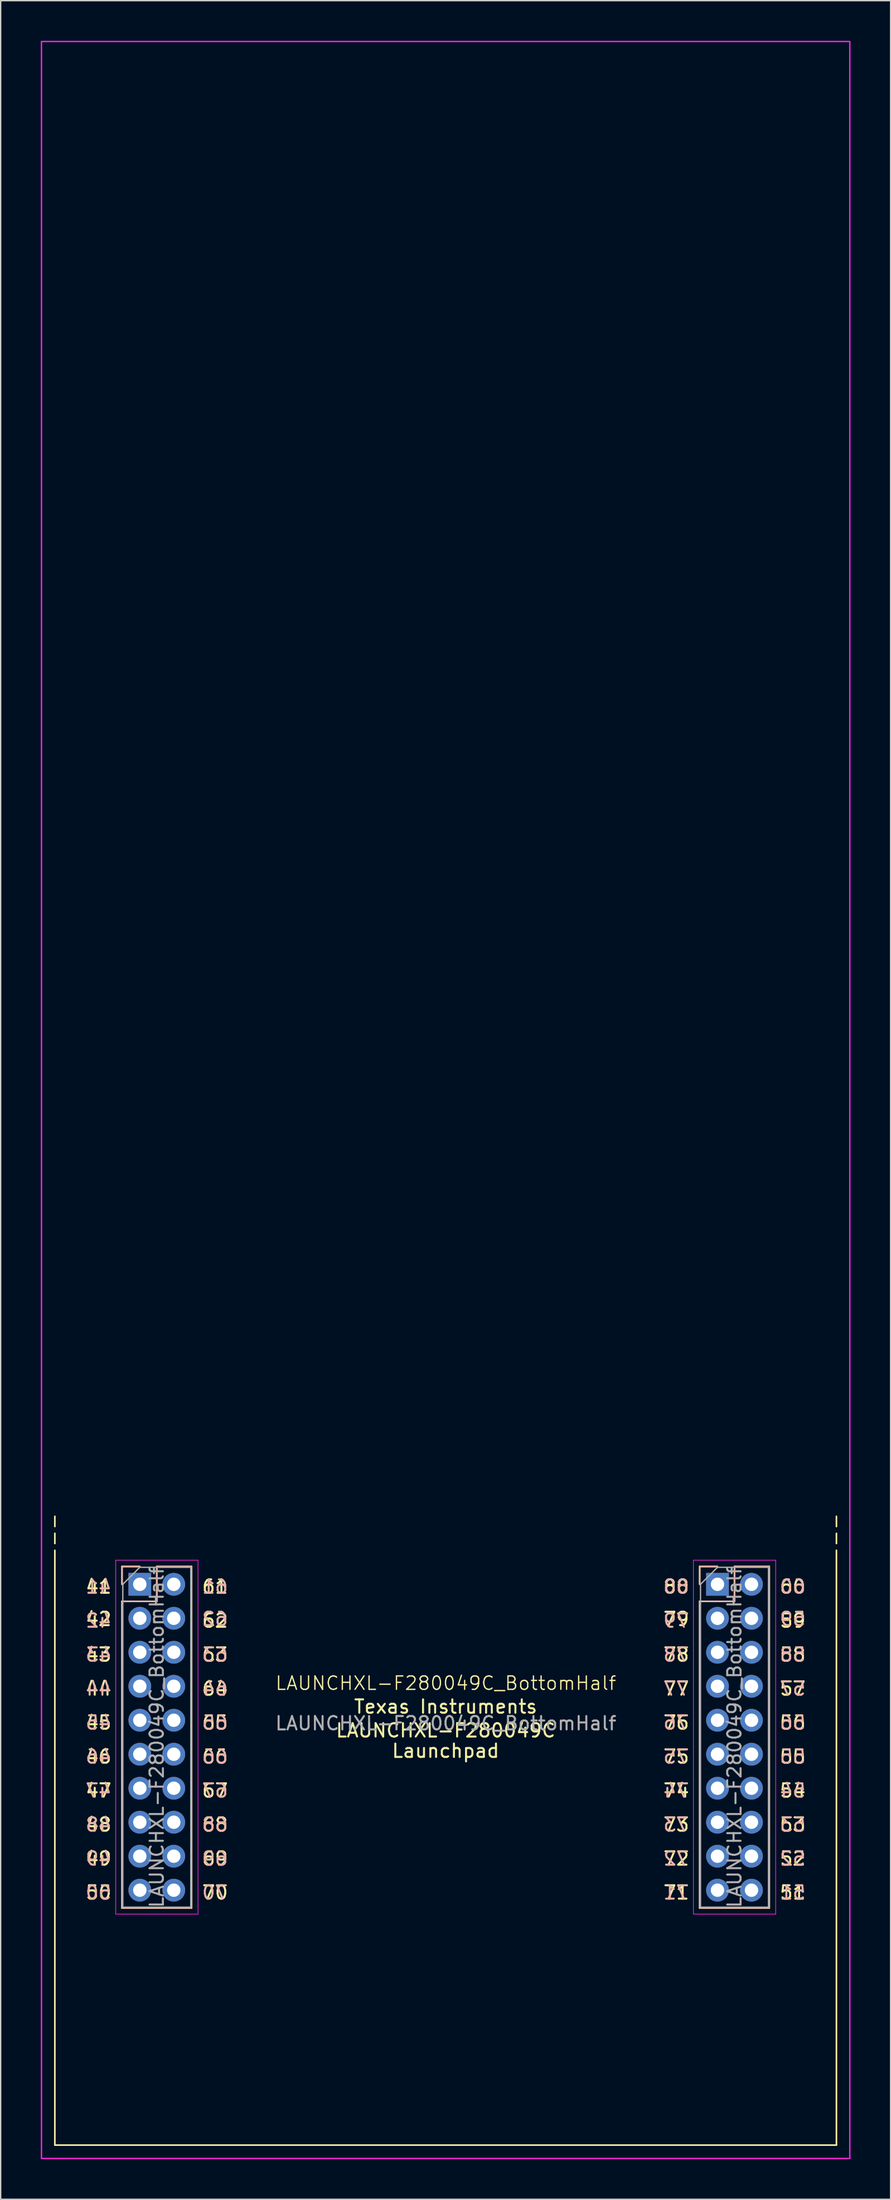
<source format=kicad_pcb>
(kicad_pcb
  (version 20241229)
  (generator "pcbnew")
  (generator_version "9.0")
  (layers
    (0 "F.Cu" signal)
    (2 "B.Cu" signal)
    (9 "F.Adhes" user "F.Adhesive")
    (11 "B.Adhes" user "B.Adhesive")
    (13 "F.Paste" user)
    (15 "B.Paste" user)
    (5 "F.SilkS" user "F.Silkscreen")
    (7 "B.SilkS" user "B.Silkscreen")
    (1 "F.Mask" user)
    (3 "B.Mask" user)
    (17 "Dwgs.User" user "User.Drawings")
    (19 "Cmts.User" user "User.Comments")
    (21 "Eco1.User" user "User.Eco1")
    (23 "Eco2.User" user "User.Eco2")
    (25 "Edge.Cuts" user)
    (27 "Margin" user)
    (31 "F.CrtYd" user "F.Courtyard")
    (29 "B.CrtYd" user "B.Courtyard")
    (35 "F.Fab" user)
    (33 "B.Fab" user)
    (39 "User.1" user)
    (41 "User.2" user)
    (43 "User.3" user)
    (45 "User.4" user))
  (footprint "LAUNCHXL-F280049C_BottomHalf"
    (layer "F.Cu")
    (at 30.26 126.78)
    (property "Reference" "LAUNCHXL-F280049C_BottomHalf" (at 0.015 -4.04 0) (unlocked yes) (layer "F.SilkS") (effects (font (size 1 1) (thickness 0.1))))
    (attr through_hole)
    (fp_line (start -29.21 -15.748) (end -29.21 -16.51) (stroke (width 0.12) (type default)) (layer "F.SilkS"))
    (fp_line (start -29.21 -14.478) (end -29.21 -15.24) (stroke (width 0.12) (type default)) (layer "F.SilkS"))
    (fp_line (start -29.21 -13.97) (end -29.21 30.48) (stroke (width 0.12) (type default)) (layer "F.SilkS"))
    (fp_line (start -29.21 30.48) (end 29.21 30.48) (stroke (width 0.12) (type default)) (layer "F.SilkS"))
    (fp_line (start -24.19 -12.76) (end -22.86 -12.76) (stroke (width 0.12) (type solid)) (layer "F.SilkS"))
    (fp_line (start -24.19 -11.43) (end -24.19 -12.76) (stroke (width 0.12) (type solid)) (layer "F.SilkS"))
    (fp_line (start -24.19 -10.16) (end -24.19 12.76) (stroke (width 0.12) (type solid)) (layer "F.SilkS"))
    (fp_line (start -24.19 -10.16) (end -21.59 -10.16) (stroke (width 0.12) (type solid)) (layer "F.SilkS"))
    (fp_line (start -24.19 12.76) (end -18.99 12.76) (stroke (width 0.12) (type solid)) (layer "F.SilkS"))
    (fp_line (start -21.59 -12.76) (end -18.99 -12.76) (stroke (width 0.12) (type solid)) (layer "F.SilkS"))
    (fp_line (start -21.59 -10.16) (end -21.59 -12.76) (stroke (width 0.12) (type solid)) (layer "F.SilkS"))
    (fp_line (start -18.99 -12.76) (end -18.99 12.76) (stroke (width 0.12) (type solid)) (layer "F.SilkS"))
    (fp_line (start 18.99 -12.76) (end 20.32 -12.76) (stroke (width 0.12) (type solid)) (layer "F.SilkS"))
    (fp_line (start 18.99 -11.43) (end 18.99 -12.76) (stroke (width 0.12) (type solid)) (layer "F.SilkS"))
    (fp_line (start 18.99 -10.16) (end 18.99 12.76) (stroke (width 0.12) (type solid)) (layer "F.SilkS"))
    (fp_line (start 18.99 -10.16) (end 21.59 -10.16) (stroke (width 0.12) (type solid)) (layer "F.SilkS"))
    (fp_line (start 18.99 12.76) (end 24.19 12.76) (stroke (width 0.12) (type solid)) (layer "F.SilkS"))
    (fp_line (start 21.59 -12.76) (end 24.19 -12.76) (stroke (width 0.12) (type solid)) (layer "F.SilkS"))
    (fp_line (start 21.59 -10.16) (end 21.59 -12.76) (stroke (width 0.12) (type solid)) (layer "F.SilkS"))
    (fp_line (start 24.19 -12.76) (end 24.19 12.76) (stroke (width 0.12) (type solid)) (layer "F.SilkS"))
    (fp_line (start 29.21 -15.748) (end 29.21 -16.51) (stroke (width 0.12) (type default)) (layer "F.SilkS"))
    (fp_line (start 29.21 -14.478) (end 29.21 -15.24) (stroke (width 0.12) (type default)) (layer "F.SilkS"))
    (fp_line (start 29.21 -13.97) (end 29.21 30.48) (stroke (width 0.12) (type default)) (layer "F.SilkS"))
    (fp_line (start -24.19 -12.76) (end -24.19 -11.43) (stroke (width 0.12) (type solid)) (layer "B.SilkS"))
    (fp_line (start -24.19 12.76) (end -24.19 -10.16) (stroke (width 0.12) (type solid)) (layer "B.SilkS"))
    (fp_line (start -22.86 -12.76) (end -24.19 -12.76) (stroke (width 0.12) (type solid)) (layer "B.SilkS"))
    (fp_line (start -21.59 -12.76) (end -21.59 -10.16) (stroke (width 0.12) (type solid)) (layer "B.SilkS"))
    (fp_line (start -21.59 -10.16) (end -24.19 -10.16) (stroke (width 0.12) (type solid)) (layer "B.SilkS"))
    (fp_line (start -18.99 -12.76) (end -21.59 -12.76) (stroke (width 0.12) (type solid)) (layer "B.SilkS"))
    (fp_line (start -18.99 12.76) (end -24.19 12.76) (stroke (width 0.12) (type solid)) (layer "B.SilkS"))
    (fp_line (start -18.99 12.76) (end -18.99 -12.76) (stroke (width 0.12) (type solid)) (layer "B.SilkS"))
    (fp_line (start 18.99 -12.76) (end 18.99 -11.43) (stroke (width 0.12) (type solid)) (layer "B.SilkS"))
    (fp_line (start 18.99 12.76) (end 18.99 -10.16) (stroke (width 0.12) (type solid)) (layer "B.SilkS"))
    (fp_line (start 20.32 -12.76) (end 18.99 -12.76) (stroke (width 0.12) (type solid)) (layer "B.SilkS"))
    (fp_line (start 21.59 -12.76) (end 21.59 -10.16) (stroke (width 0.12) (type solid)) (layer "B.SilkS"))
    (fp_line (start 21.59 -10.16) (end 18.99 -10.16) (stroke (width 0.12) (type solid)) (layer "B.SilkS"))
    (fp_line (start 24.19 -12.76) (end 21.59 -12.76) (stroke (width 0.12) (type solid)) (layer "B.SilkS"))
    (fp_line (start 24.19 12.76) (end 18.99 12.76) (stroke (width 0.12) (type solid)) (layer "B.SilkS"))
    (fp_line (start 24.19 12.76) (end 24.19 -12.76) (stroke (width 0.12) (type solid)) (layer "B.SilkS"))
    (fp_line (start -24.66 -13.23) (end -24.66 13.22) (stroke (width 0.05) (type solid)) (layer "F.CrtYd"))
    (fp_line (start -24.66 13.22) (end -18.51 13.22) (stroke (width 0.05) (type solid)) (layer "F.CrtYd"))
    (fp_line (start -18.51 -13.23) (end -24.66 -13.23) (stroke (width 0.05) (type solid)) (layer "F.CrtYd"))
    (fp_line (start -18.51 13.22) (end -18.51 -13.23) (stroke (width 0.05) (type solid)) (layer "F.CrtYd"))
    (fp_line (start 18.52 -13.23) (end 18.52 13.22) (stroke (width 0.05) (type solid)) (layer "F.CrtYd"))
    (fp_line (start 18.52 13.22) (end 24.67 13.22) (stroke (width 0.05) (type solid)) (layer "F.CrtYd"))
    (fp_line (start 24.67 -13.23) (end 18.52 -13.23) (stroke (width 0.05) (type solid)) (layer "F.CrtYd"))
    (fp_line (start 24.67 13.22) (end 24.67 -13.23) (stroke (width 0.05) (type solid)) (layer "F.CrtYd"))
    (fp_rect (start -30.21 31.48) (end 30.21 -126.73) (stroke (width 0.1) (type solid)) (fill no) (layer "F.CrtYd"))
    (fp_line (start -24.13 -11.43) (end -22.86 -12.7) (stroke (width 0.1) (type solid)) (layer "F.Fab"))
    (fp_line (start -24.13 12.7) (end -24.13 -11.43) (stroke (width 0.1) (type solid)) (layer "F.Fab"))
    (fp_line (start -22.86 -12.7) (end -19.05 -12.7) (stroke (width 0.1) (type solid)) (layer "F.Fab"))
    (fp_line (start -19.05 -12.7) (end -19.05 12.7) (stroke (width 0.1) (type solid)) (layer "F.Fab"))
    (fp_line (start -19.05 12.7) (end -24.13 12.7) (stroke (width 0.1) (type solid)) (layer "F.Fab"))
    (fp_line (start 19.05 -11.43) (end 20.32 -12.7) (stroke (width 0.1) (type solid)) (layer "F.Fab"))
    (fp_line (start 19.05 12.7) (end 19.05 -11.43) (stroke (width 0.1) (type solid)) (layer "F.Fab"))
    (fp_line (start 20.32 -12.7) (end 24.13 -12.7) (stroke (width 0.1) (type solid)) (layer "F.Fab"))
    (fp_line (start 24.13 -12.7) (end 24.13 12.7) (stroke (width 0.1) (type solid)) (layer "F.Fab"))
    (fp_line (start 24.13 12.7) (end 19.05 12.7) (stroke (width 0.1) (type solid)) (layer "F.Fab"))
    (fp_text user "62" (at -18.288 -8.128 0) (unlocked yes) (layer "F.SilkS") (effects (font (size 1 1) (thickness 0.15)) (justify left bottom)))
    (fp_text user "45" (at -24.892 -0.508 0) (unlocked yes) (layer "F.SilkS") (effects (font (size 1 1) (thickness 0.15)) (justify right bottom)))
    (fp_text user "49" (at -24.892 9.652 0) (unlocked yes) (layer "F.SilkS") (effects (font (size 1 1) (thickness 0.15)) (justify right bottom)))
    (fp_text user "47" (at -24.892 4.572 0) (unlocked yes) (layer "F.SilkS") (effects (font (size 1 1) (thickness 0.15)) (justify right bottom)))
    (fp_text user "78" (at 18.288 -5.588 0) (unlocked yes) (layer "F.SilkS") (effects (font (size 1 1) (thickness 0.15)) (justify right bottom)))
    (fp_text user "55" (at 24.892 2.032 0) (unlocked yes) (layer "F.SilkS") (effects (font (size 1 1) (thickness 0.15)) (justify left bottom)))
    (fp_text user "44" (at -24.892 -3.048 0) (unlocked yes) (layer "F.SilkS") (effects (font (size 1 1) (thickness 0.15)) (justify right bottom)))
    (fp_text user "57" (at 24.892 -3.048 0) (unlocked yes) (layer "F.SilkS") (effects (font (size 1 1) (thickness 0.15)) (justify left bottom)))
    (fp_text user "80" (at 18.288 -10.668 0) (unlocked yes) (layer "F.SilkS") (effects (font (size 1 1) (thickness 0.15)) (justify right bottom)))
    (fp_text user "60" (at 24.892 -10.668 0) (unlocked yes) (layer "F.SilkS") (effects (font (size 1 1) (thickness 0.15)) (justify left bottom)))
    (fp_text user "41" (at -24.892 -10.668 0) (unlocked yes) (layer "F.SilkS") (effects (font (size 1 1) (thickness 0.15)) (justify right bottom)))
    (fp_text user "76" (at 18.288 -0.508 0) (unlocked yes) (layer "F.SilkS") (effects (font (size 1 1) (thickness 0.15)) (justify right bottom)))
    (fp_text user "61" (at -18.288 -10.668 0) (unlocked yes) (layer "F.SilkS") (effects (font (size 1 1) (thickness 0.15)) (justify left bottom)))
    (fp_text user "43" (at -24.892 -5.588 0) (unlocked yes) (layer "F.SilkS") (effects (font (size 1 1) (thickness 0.15)) (justify right bottom)))
    (fp_text user "Texas Instruments" (at 0 -2.286 0) (unlocked yes) (layer "F.SilkS") (effects (font (size 1 1) (thickness 0.15))))
    (fp_text user "53" (at 24.892 7.112 0) (unlocked yes) (layer "F.SilkS") (effects (font (size 1 1) (thickness 0.15)) (justify left bottom)))
    (fp_text user "52" (at 24.892 9.652 0) (unlocked yes) (layer "F.SilkS") (effects (font (size 1 1) (thickness 0.15)) (justify left bottom)))
    (fp_text user "42" (at -24.892 -8.25 0) (unlocked yes) (layer "F.SilkS") (effects (font (size 1 1) (thickness 0.15)) (justify right bottom)))
    (fp_text user "63" (at -18.288 -5.588 0) (unlocked yes) (layer "F.SilkS") (effects (font (size 1 1) (thickness 0.15)) (justify left bottom)))
    (fp_text user "Launchpad" (at 0 1.016 0) (unlocked yes) (layer "F.SilkS") (effects (font (size 1 1) (thickness 0.15))))
    (fp_text user "66" (at -18.288 2.032 0) (unlocked yes) (layer "F.SilkS") (effects (font (size 1 1) (thickness 0.15)) (justify left bottom)))
    (fp_text user "71" (at 18.288 12.192 0) (unlocked yes) (layer "F.SilkS") (effects (font (size 1 1) (thickness 0.15)) (justify right bottom)))
    (fp_text user "65" (at -18.288 -0.508 0) (unlocked yes) (layer "F.SilkS") (effects (font (size 1 1) (thickness 0.15)) (justify left bottom)))
    (fp_text user "64" (at -18.288 -3.048 0) (unlocked yes) (layer "F.SilkS") (effects (font (size 1 1) (thickness 0.15)) (justify left bottom)))
    (fp_text user "73" (at 18.288 7.112 0) (unlocked yes) (layer "F.SilkS") (effects (font (size 1 1) (thickness 0.15)) (justify right bottom)))
    (fp_text user "58" (at 24.892 -5.588 0) (unlocked yes) (layer "F.SilkS") (effects (font (size 1 1) (thickness 0.15)) (justify left bottom)))
    (fp_text user "70" (at -18.288 12.192 0) (unlocked yes) (layer "F.SilkS") (effects (font (size 1 1) (thickness 0.15)) (justify left bottom)))
    (fp_text user "46" (at -24.892 2.032 0) (unlocked yes) (layer "F.SilkS") (effects (font (size 1 1) (thickness 0.15)) (justify right bottom)))
    (fp_text user "74" (at 18.288 4.572 0) (unlocked yes) (layer "F.SilkS") (effects (font (size 1 1) (thickness 0.15)) (justify right bottom)))
    (fp_text user "72" (at 18.288 9.652 0) (unlocked yes) (layer "F.SilkS") (effects (font (size 1 1) (thickness 0.15)) (justify right bottom)))
    (fp_text user "50" (at -24.892 12.192 0) (unlocked yes) (layer "F.SilkS") (effects (font (size 1 1) (thickness 0.15)) (justify right bottom)))
    (fp_text user "48" (at -24.892 7.112 0) (unlocked yes) (layer "F.SilkS") (effects (font (size 1 1) (thickness 0.15)) (justify right bottom)))
    (fp_text user "69" (at -18.288 9.652 0) (unlocked yes) (layer "F.SilkS") (effects (font (size 1 1) (thickness 0.15)) (justify left bottom)))
    (fp_text user "LAUNCHXL-F280049C" (at 0 -0.508 0) (unlocked yes) (layer "F.SilkS") (effects (font (size 1 1) (thickness 0.15))))
    (fp_text user "79" (at 18.288 -8.25 0) (unlocked yes) (layer "F.SilkS") (effects (font (size 1 1) (thickness 0.15)) (justify right bottom)))
    (fp_text user "56" (at 24.892 -0.508 0) (unlocked yes) (layer "F.SilkS") (effects (font (size 1 1) (thickness 0.15)) (justify left bottom)))
    (fp_text user "59" (at 24.892 -8.128 0) (unlocked yes) (layer "F.SilkS") (effects (font (size 1 1) (thickness 0.15)) (justify left bottom)))
    (fp_text user "77" (at 18.288 -3.048 0) (unlocked yes) (layer "F.SilkS") (effects (font (size 1 1) (thickness 0.15)) (justify right bottom)))
    (fp_text user "68" (at -18.288 7.112 0) (unlocked yes) (layer "F.SilkS") (effects (font (size 1 1) (thickness 0.15)) (justify left bottom)))
    (fp_text user "51" (at 24.892 12.192 0) (unlocked yes) (layer "F.SilkS") (effects (font (size 1 1) (thickness 0.15)) (justify left bottom)))
    (fp_text user "75" (at 18.288 2.032 0) (unlocked yes) (layer "F.SilkS") (effects (font (size 1 1) (thickness 0.15)) (justify right bottom)))
    (fp_text user "54" (at 24.892 4.572 0) (unlocked yes) (layer "F.SilkS") (effects (font (size 1 1) (thickness 0.15)) (justify left bottom)))
    (fp_text user "67" (at -18.288 4.572 0) (unlocked yes) (layer "F.SilkS") (effects (font (size 1 1) (thickness 0.15)) (justify left bottom)))
    (fp_text user "74" (at 18.288 4.572 0) (unlocked yes) (layer "B.SilkS") (effects (font (size 1 1) (thickness 0.15)) (justify left bottom mirror)))
    (fp_text user "46" (at -24.892 2.032 0) (unlocked yes) (layer "B.SilkS") (effects (font (size 1 1) (thickness 0.15)) (justify left bottom mirror)))
    (fp_text user "79" (at 18.288 -8.128 0) (unlocked yes) (layer "B.SilkS") (effects (font (size 1 1) (thickness 0.15)) (justify left bottom mirror)))
    (fp_text user "61" (at -18.288 -10.668 0) (unlocked yes) (layer "B.SilkS") (effects (font (size 1 1) (thickness 0.15)) (justify right bottom mirror)))
    (fp_text user "53" (at 24.892 7.112 0) (unlocked yes) (layer "B.SilkS") (effects (font (size 1 1) (thickness 0.15)) (justify right bottom mirror)))
    (fp_text user "66" (at -18.288 2.032 0) (unlocked yes) (layer "B.SilkS") (effects (font (size 1 1) (thickness 0.15)) (justify right bottom mirror)))
    (fp_text user "56" (at 24.892 -0.508 0) (unlocked yes) (layer "B.SilkS") (effects (font (size 1 1) (thickness 0.15)) (justify right bottom mirror)))
    (fp_text user "52" (at 24.892 9.652 0) (unlocked yes) (layer "B.SilkS") (effects (font (size 1 1) (thickness 0.15)) (justify right bottom mirror)))
    (fp_text user "47" (at -24.892 4.572 0) (unlocked yes) (layer "B.SilkS") (effects (font (size 1 1) (thickness 0.15)) (justify left bottom mirror)))
    (fp_text user "75" (at 18.288 2.032 0) (unlocked yes) (layer "B.SilkS") (effects (font (size 1 1) (thickness 0.15)) (justify left bottom mirror)))
    (fp_text user "63" (at -18.288 -5.588 0) (unlocked yes) (layer "B.SilkS") (effects (font (size 1 1) (thickness 0.15)) (justify right bottom mirror)))
    (fp_text user "77" (at 18.288 -3.048 0) (unlocked yes) (layer "B.SilkS") (effects (font (size 1 1) (thickness 0.15)) (justify left bottom mirror)))
    (fp_text user "60" (at 24.892 -10.668 0) (unlocked yes) (layer "B.SilkS") (effects (font (size 1 1) (thickness 0.15)) (justify right bottom mirror)))
    (fp_text user "71" (at 18.288 12.192 0) (unlocked yes) (layer "B.SilkS") (effects (font (size 1 1) (thickness 0.15)) (justify left bottom mirror)))
    (fp_text user "67" (at -18.288 4.572 0) (unlocked yes) (layer "B.SilkS") (effects (font (size 1 1) (thickness 0.15)) (justify right bottom mirror)))
    (fp_text user "59" (at 24.892 -8.25 0) (unlocked yes) (layer "B.SilkS") (effects (font (size 1 1) (thickness 0.15)) (justify right bottom mirror)))
    (fp_text user "43" (at -24.892 -5.588 0) (unlocked yes) (layer "B.SilkS") (effects (font (size 1 1) (thickness 0.15)) (justify left bottom mirror)))
    (fp_text user "57" (at 24.892 -3.048 0) (unlocked yes) (layer "B.SilkS") (effects (font (size 1 1) (thickness 0.15)) (justify right bottom mirror)))
    (fp_text user "76" (at 18.288 -0.508 0) (unlocked yes) (layer "B.SilkS") (effects (font (size 1 1) (thickness 0.15)) (justify left bottom mirror)))
    (fp_text user "49" (at -24.892 9.652 0) (unlocked yes) (layer "B.SilkS") (effects (font (size 1 1) (thickness 0.15)) (justify left bottom mirror)))
    (fp_text user "78" (at 18.288 -5.588 0) (unlocked yes) (layer "B.SilkS") (effects (font (size 1 1) (thickness 0.15)) (justify left bottom mirror)))
    (fp_text user "48" (at -24.892 7.112 0) (unlocked yes) (layer "B.SilkS") (effects (font (size 1 1) (thickness 0.15)) (justify left bottom mirror)))
    (fp_text user "51" (at 24.892 12.192 0) (unlocked yes) (layer "B.SilkS") (effects (font (size 1 1) (thickness 0.15)) (justify right bottom mirror)))
    (fp_text user "80" (at 18.288 -10.668 0) (unlocked yes) (layer "B.SilkS") (effects (font (size 1 1) (thickness 0.15)) (justify left bottom mirror)))
    (fp_text user "65" (at -18.288 -0.508 0) (unlocked yes) (layer "B.SilkS") (effects (font (size 1 1) (thickness 0.15)) (justify right bottom mirror)))
    (fp_text user "45" (at -24.892 -0.508 0) (unlocked yes) (layer "B.SilkS") (effects (font (size 1 1) (thickness 0.15)) (justify left bottom mirror)))
    (fp_text user "50" (at -24.892 12.192 0) (unlocked yes) (layer "B.SilkS") (effects (font (size 1 1) (thickness 0.15)) (justify left bottom mirror)))
    (fp_text user "69" (at -18.288 9.652 0) (unlocked yes) (layer "B.SilkS") (effects (font (size 1 1) (thickness 0.15)) (justify right bottom mirror)))
    (fp_text user "41" (at -24.892 -10.668 0) (unlocked yes) (layer "B.SilkS") (effects (font (size 1 1) (thickness 0.15)) (justify left bottom mirror)))
    (fp_text user "58" (at 24.892 -5.588 0) (unlocked yes) (layer "B.SilkS") (effects (font (size 1 1) (thickness 0.15)) (justify right bottom mirror)))
    (fp_text user "62" (at -18.288 -8.25 0) (unlocked yes) (layer "B.SilkS") (effects (font (size 1 1) (thickness 0.15)) (justify right bottom mirror)))
    (fp_text user "42" (at -24.892 -8.128 0) (unlocked yes) (layer "B.SilkS") (effects (font (size 1 1) (thickness 0.15)) (justify left bottom mirror)))
    (fp_text user "70" (at -18.288 12.192 0) (unlocked yes) (layer "B.SilkS") (effects (font (size 1 1) (thickness 0.15)) (justify right bottom mirror)))
    (fp_text user "55" (at 24.892 2.032 0) (unlocked yes) (layer "B.SilkS") (effects (font (size 1 1) (thickness 0.15)) (justify right bottom mirror)))
    (fp_text user "73" (at 18.288 7.112 0) (unlocked yes) (layer "B.SilkS") (effects (font (size 1 1) (thickness 0.15)) (justify left bottom mirror)))
    (fp_text user "68" (at -18.288 7.112 0) (unlocked yes) (layer "B.SilkS") (effects (font (size 1 1) (thickness 0.15)) (justify right bottom mirror)))
    (fp_text user "54" (at 24.892 4.572 0) (unlocked yes) (layer "B.SilkS") (effects (font (size 1 1) (thickness 0.15)) (justify right bottom mirror)))
    (fp_text user "44" (at -24.892 -3.048 0) (unlocked yes) (layer "B.SilkS") (effects (font (size 1 1) (thickness 0.15)) (justify left bottom mirror)))
    (fp_text user "64" (at -18.288 -3.048 0) (unlocked yes) (layer "B.SilkS") (effects (font (size 1 1) (thickness 0.15)) (justify right bottom mirror)))
    (fp_text user "72" (at 18.288 9.652 0) (unlocked yes) (layer "B.SilkS") (effects (font (size 1 1) (thickness 0.15)) (justify left bottom mirror)))
    (fp_text user "${REFERENCE}" (at -21.59 0 270) (layer "F.Fab") (effects (font (size 1 1) (thickness 0.15))))
    (fp_text user "${REFERENCE}" (at 0.015 -1.04 0) (unlocked yes) (layer "F.Fab") (effects (font (size 1 1) (thickness 0.15))))
    (fp_text user "${REFERENCE}" (at 21.59 0 270) (layer "F.Fab") (effects (font (size 1 1) (thickness 0.15))))
    (pad "41" thru_hole rect (at -22.86 -11.43) (size 1.7 1.7) (drill 1) (layers "*.Cu" "*.Mask"))
    (pad "42" thru_hole oval (at -22.86 -8.89) (size 1.7 1.7) (drill 1) (layers "*.Cu" "*.Mask"))
    (pad "43" thru_hole oval (at -22.86 -6.35) (size 1.7 1.7) (drill 1) (layers "*.Cu" "*.Mask"))
    (pad "44" thru_hole oval (at -22.86 -3.81) (size 1.7 1.7) (drill 1) (layers "*.Cu" "*.Mask"))
    (pad "45" thru_hole oval (at -22.86 -1.27) (size 1.7 1.7) (drill 1) (layers "*.Cu" "*.Mask"))
    (pad "46" thru_hole oval (at -22.86 1.27) (size 1.7 1.7) (drill 1) (layers "*.Cu" "*.Mask"))
    (pad "47" thru_hole oval (at -22.86 3.81) (size 1.7 1.7) (drill 1) (layers "*.Cu" "*.Mask"))
    (pad "48" thru_hole oval (at -22.86 6.35) (size 1.7 1.7) (drill 1) (layers "*.Cu" "*.Mask"))
    (pad "49" thru_hole oval (at -22.86 8.89) (size 1.7 1.7) (drill 1) (layers "*.Cu" "*.Mask"))
    (pad "50" thru_hole oval (at -22.86 11.43) (size 1.7 1.7) (drill 1) (layers "*.Cu" "*.Mask"))
    (pad "51" thru_hole oval (at 22.86 11.43) (size 1.7 1.7) (drill 1) (layers "*.Cu" "*.Mask"))
    (pad "52" thru_hole oval (at 22.86 8.89) (size 1.7 1.7) (drill 1) (layers "*.Cu" "*.Mask"))
    (pad "53" thru_hole oval (at 22.86 6.35) (size 1.7 1.7) (drill 1) (layers "*.Cu" "*.Mask"))
    (pad "54" thru_hole oval (at 22.86 3.81) (size 1.7 1.7) (drill 1) (layers "*.Cu" "*.Mask"))
    (pad "55" thru_hole oval (at 22.86 1.27) (size 1.7 1.7) (drill 1) (layers "*.Cu" "*.Mask"))
    (pad "56" thru_hole oval (at 22.86 -1.27) (size 1.7 1.7) (drill 1) (layers "*.Cu" "*.Mask"))
    (pad "57" thru_hole oval (at 22.86 -3.81) (size 1.7 1.7) (drill 1) (layers "*.Cu" "*.Mask"))
    (pad "58" thru_hole oval (at 22.86 -6.35) (size 1.7 1.7) (drill 1) (layers "*.Cu" "*.Mask"))
    (pad "59" thru_hole oval (at 22.86 -8.89) (size 1.7 1.7) (drill 1) (layers "*.Cu" "*.Mask"))
    (pad "60" thru_hole oval (at 22.86 -11.43) (size 1.7 1.7) (drill 1) (layers "*.Cu" "*.Mask"))
    (pad "61" thru_hole oval (at -20.32 -11.43) (size 1.7 1.7) (drill 1) (layers "*.Cu" "*.Mask"))
    (pad "62" thru_hole oval (at -20.32 -8.89) (size 1.7 1.7) (drill 1) (layers "*.Cu" "*.Mask"))
    (pad "63" thru_hole oval (at -20.32 -6.35) (size 1.7 1.7) (drill 1) (layers "*.Cu" "*.Mask"))
    (pad "64" thru_hole oval (at -20.32 -3.81) (size 1.7 1.7) (drill 1) (layers "*.Cu" "*.Mask"))
    (pad "65" thru_hole oval (at -20.32 -1.27) (size 1.7 1.7) (drill 1) (layers "*.Cu" "*.Mask"))
    (pad "66" thru_hole oval (at -20.32 1.27) (size 1.7 1.7) (drill 1) (layers "*.Cu" "*.Mask"))
    (pad "67" thru_hole oval (at -20.32 3.81) (size 1.7 1.7) (drill 1) (layers "*.Cu" "*.Mask"))
    (pad "68" thru_hole oval (at -20.32 6.35) (size 1.7 1.7) (drill 1) (layers "*.Cu" "*.Mask"))
    (pad "69" thru_hole oval (at -20.32 8.89) (size 1.7 1.7) (drill 1) (layers "*.Cu" "*.Mask"))
    (pad "70" thru_hole oval (at -20.32 11.43) (size 1.7 1.7) (drill 1) (layers "*.Cu" "*.Mask"))
    (pad "71" thru_hole oval (at 20.32 11.43) (size 1.7 1.7) (drill 1) (layers "*.Cu" "*.Mask"))
    (pad "72" thru_hole oval (at 20.32 8.89) (size 1.7 1.7) (drill 1) (layers "*.Cu" "*.Mask"))
    (pad "73" thru_hole oval (at 20.32 6.35) (size 1.7 1.7) (drill 1) (layers "*.Cu" "*.Mask"))
    (pad "74" thru_hole oval (at 20.32 3.81) (size 1.7 1.7) (drill 1) (layers "*.Cu" "*.Mask"))
    (pad "75" thru_hole oval (at 20.32 1.27) (size 1.7 1.7) (drill 1) (layers "*.Cu" "*.Mask"))
    (pad "76" thru_hole oval (at 20.32 -1.27) (size 1.7 1.7) (drill 1) (layers "*.Cu" "*.Mask"))
    (pad "77" thru_hole oval (at 20.32 -3.81) (size 1.7 1.7) (drill 1) (layers "*.Cu" "*.Mask"))
    (pad "78" thru_hole oval (at 20.32 -6.35) (size 1.7 1.7) (drill 1) (layers "*.Cu" "*.Mask"))
    (pad "79" thru_hole oval (at 20.32 -8.89) (size 1.7 1.7) (drill 1) (layers "*.Cu" "*.Mask"))
    (pad "80" thru_hole rect (at 20.32 -11.43) (size 1.7 1.7) (drill 1) (layers "*.Cu" "*.Mask")))
  (gr_rect
    (start -3 -3)
    (end 63.52 161.31)
    (stroke (width 0.1) (type default))
    (fill no)
    (layer "Edge.Cuts")))
</source>
